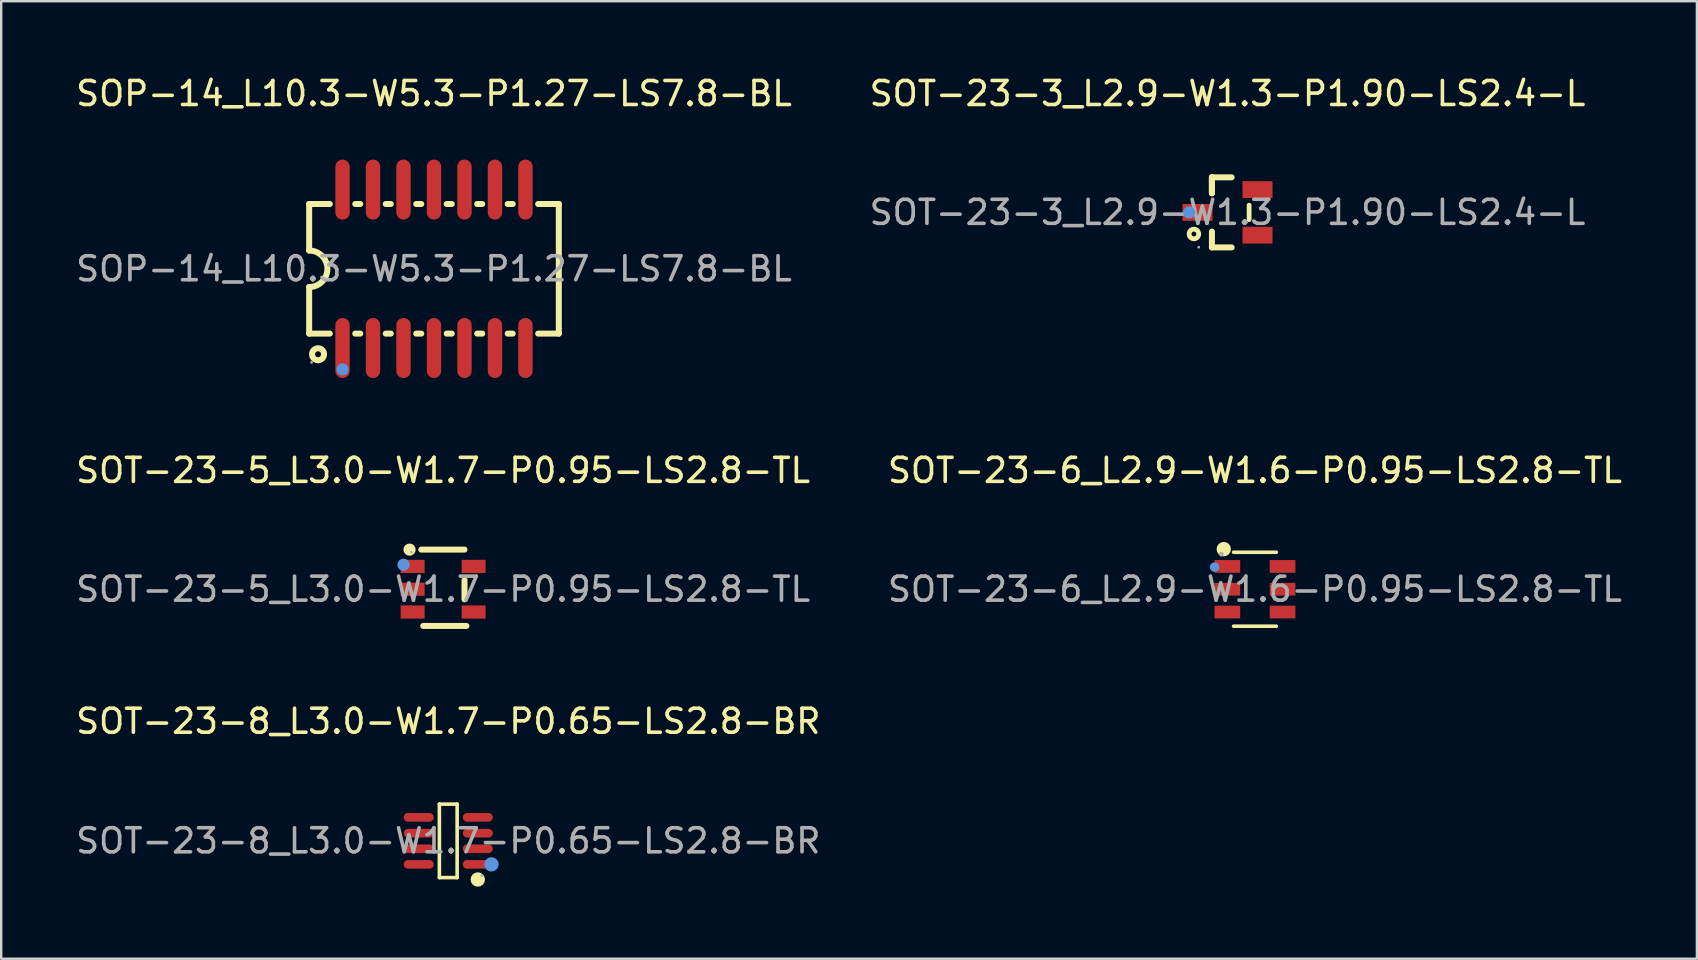
<source format=kicad_pcb>
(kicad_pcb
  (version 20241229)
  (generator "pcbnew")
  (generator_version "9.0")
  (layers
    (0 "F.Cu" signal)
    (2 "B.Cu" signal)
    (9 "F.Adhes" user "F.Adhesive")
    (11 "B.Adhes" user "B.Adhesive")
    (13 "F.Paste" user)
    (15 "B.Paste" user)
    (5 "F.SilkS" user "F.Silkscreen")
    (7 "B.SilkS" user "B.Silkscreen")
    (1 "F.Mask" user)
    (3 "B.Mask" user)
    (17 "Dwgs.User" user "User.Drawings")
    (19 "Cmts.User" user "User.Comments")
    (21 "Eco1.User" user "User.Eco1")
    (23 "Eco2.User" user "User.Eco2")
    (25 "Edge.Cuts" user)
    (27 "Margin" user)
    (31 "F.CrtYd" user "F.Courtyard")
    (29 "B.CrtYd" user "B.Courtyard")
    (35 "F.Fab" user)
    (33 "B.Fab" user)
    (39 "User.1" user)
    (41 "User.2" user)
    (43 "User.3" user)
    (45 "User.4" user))
  (footprint "SOT-23-6_L2.9-W1.6-P0.95-LS2.8-TL"
    (layer "F.Cu")
    (at 49.232 21.497)
    (property "Reference" "SOT-23-6_L2.9-W1.6-P0.95-LS2.8-TL" (at 0 -4.95 0) (layer "F.SilkS") (effects (font (size 1 1) (thickness 0.15))))
    (attr through_hole)
    (fp_line (start -0.89 -1.54) (end 0.89 -1.54) (stroke (width 0.15) (type solid)) (layer "F.SilkS"))
    (fp_line (start -0.89 1.54) (end 0.89 1.54) (stroke (width 0.15) (type solid)) (layer "F.SilkS"))
    (fp_circle (center -1.3 -1.67) (end -1.15 -1.67) (stroke (width 0.3) (type solid)) (fill no) (layer "F.SilkS"))
    (fp_circle (center -1.68 -0.92) (end -1.58 -0.92) (stroke (width 0.2) (type solid)) (fill no) (layer "Cmts.User"))
    (fp_circle (center -1.4 -1.46) (end -1.35 -1.46) (stroke (width 0.1) (type solid)) (fill no) (layer "F.Fab"))
    (fp_text user "${REFERENCE}" (at 0 0 0) (layer "F.Fab") (effects (font (size 1 1) (thickness 0.15))))
    (pad "1" smd rect (at -1.15 -0.95 270) (size 0.53 1.07) (layers "F.Cu" "F.Mask" "F.Paste"))
    (pad "2" smd rect (at -1.15 0 270) (size 0.53 1.07) (layers "F.Cu" "F.Mask" "F.Paste"))
    (pad "3" smd rect (at -1.15 0.95 270) (size 0.53 1.07) (layers "F.Cu" "F.Mask" "F.Paste"))
    (pad "4" smd rect (at 1.15 0.95 270) (size 0.53 1.07) (layers "F.Cu" "F.Mask" "F.Paste"))
    (pad "5" smd rect (at 1.15 0 270) (size 0.53 1.07) (layers "F.Cu" "F.Mask" "F.Paste"))
    (pad "6" smd rect (at 1.15 -0.95 270) (size 0.53 1.07) (layers "F.Cu" "F.Mask" "F.Paste")))
  (footprint "SOT-23-5_L3.0-W1.7-P0.95-LS2.8-TL"
    (layer "F.Cu")
    (at 15.411 21.497)
    (property "Reference" "SOT-23-5_L3.0-W1.7-P0.95-LS2.8-TL" (at 0 -4.95 0) (layer "F.SilkS") (effects (font (size 1 1) (thickness 0.15))))
    (attr through_hole)
    (fp_line (start 0.89 -1.65) (end -0.91 -1.65) (stroke (width 0.25) (type solid)) (layer "F.SilkS"))
    (fp_line (start 0.89 -0.38) (end 0.89 0.42) (stroke (width 0.25) (type solid)) (layer "F.SilkS"))
    (fp_line (start 0.97 1.53) (end -0.83 1.53) (stroke (width 0.25) (type solid)) (layer "F.SilkS"))
    (fp_circle (center -1.4 -1.65) (end -1.27 -1.65) (stroke (width 0.25) (type solid)) (fill no) (layer "F.SilkS"))
    (fp_circle (center -1.65 -1.02) (end -1.52 -1.02) (stroke (width 0.25) (type solid)) (fill no) (layer "Cmts.User"))
    (fp_circle (center -1.32 -1.54) (end -1.29 -1.54) (stroke (width 0.06) (type solid)) (fill no) (layer "F.Fab"))
    (fp_text user "${REFERENCE}" (at 0 0 0) (layer "F.Fab") (effects (font (size 1 1) (thickness 0.15))))
    (pad "1" smd rect (at -1.27 -0.95 270) (size 0.55 1) (layers "F.Cu" "F.Mask" "F.Paste"))
    (pad "2" smd rect (at -1.27 0 270) (size 0.55 1) (layers "F.Cu" "F.Mask" "F.Paste"))
    (pad "3" smd rect (at -1.27 0.95 270) (size 0.55 1) (layers "F.Cu" "F.Mask" "F.Paste"))
    (pad "4" smd rect (at 1.27 0.95 270) (size 0.55 1) (layers "F.Cu" "F.Mask" "F.Paste"))
    (pad "5" smd rect (at 1.27 -0.95 270) (size 0.55 1) (layers "F.Cu" "F.Mask" "F.Paste")))
  (footprint "SOT-23-3_L2.9-W1.3-P1.90-LS2.4-L"
    (layer "F.Cu")
    (at 48.089 5.798)
    (property "Reference" "SOT-23-3_L2.9-W1.3-P1.90-LS2.4-L" (at 0 -4.95 0) (layer "F.SilkS") (effects (font (size 1 1) (thickness 0.15))))
    (attr through_hole)
    (fp_line (start -0.65 -1.46) (end -0.65 -0.8) (stroke (width 0.25) (type solid)) (layer "F.SilkS"))
    (fp_line (start -0.65 -1.46) (end 0.17 -1.46) (stroke (width 0.25) (type solid)) (layer "F.SilkS"))
    (fp_line (start -0.65 -0.8) (end -0.65 -1.46) (stroke (width 0.25) (type solid)) (layer "F.SilkS"))
    (fp_line (start -0.65 -0.8) (end -0.65 -1.46) (stroke (width 0.25) (type solid)) (layer "F.SilkS"))
    (fp_line (start -0.65 1.46) (end -0.65 0.8) (stroke (width 0.25) (type solid)) (layer "F.SilkS"))
    (fp_line (start 0.17 1.46) (end -0.65 1.46) (stroke (width 0.25) (type solid)) (layer "F.SilkS"))
    (fp_line (start 0.9 0.3) (end 0.9 -0.3) (stroke (width 0.2) (type solid)) (layer "F.SilkS"))
    (fp_circle (center -1.4 0.9) (end -1.2 0.9) (stroke (width 0.2) (type solid)) (fill no) (layer "F.SilkS"))
    (fp_circle (center -1.6 0) (end -1.47 0) (stroke (width 0.25) (type solid)) (fill no) (layer "Cmts.User"))
    (fp_circle (center -1.2 1.45) (end -1.17 1.45) (stroke (width 0.06) (type solid)) (fill no) (layer "F.Fab"))
    (fp_text user "${REFERENCE}" (at 0 0 0) (layer "F.Fab") (effects (font (size 1 1) (thickness 0.15))))
    (pad "1" smd rect (at -1.25 0 270) (size 0.7 1.25) (layers "F.Cu" "F.Mask" "F.Paste"))
    (pad "2" smd rect (at 1.25 -0.95 270) (size 0.7 1.25) (layers "F.Cu" "F.Mask" "F.Paste"))
    (pad "3" smd rect (at 1.25 0.95 270) (size 0.7 1.25) (layers "F.Cu" "F.Mask" "F.Paste")))
  (footprint "SOP-14_L10.3-W5.3-P1.27-LS7.8-BL"
    (layer "F.Cu")
    (at 15.03 8.148)
    (property "Reference" "SOP-14_L10.3-W5.3-P1.27-LS7.8-BL" (at 0 -7.3 0) (layer "F.SilkS") (effects (font (size 1 1) (thickness 0.15))))
    (attr through_hole)
    (fp_line (start -5.2 -2.7) (end -5.2 -0.76) (stroke (width 0.25) (type solid)) (layer "F.SilkS"))
    (fp_line (start -5.2 -2.7) (end -4.34 -2.7) (stroke (width 0.25) (type solid)) (layer "F.SilkS"))
    (fp_line (start -5.2 2.7) (end -5.2 0.76) (stroke (width 0.25) (type solid)) (layer "F.SilkS"))
    (fp_line (start -4.34 2.7) (end -5.2 2.7) (stroke (width 0.25) (type solid)) (layer "F.SilkS"))
    (fp_line (start -3.28 -2.7) (end -3.07 -2.7) (stroke (width 0.25) (type solid)) (layer "F.SilkS"))
    (fp_line (start -3.07 2.7) (end -3.28 2.7) (stroke (width 0.25) (type solid)) (layer "F.SilkS"))
    (fp_line (start -2.01 -2.7) (end -1.8 -2.7) (stroke (width 0.25) (type solid)) (layer "F.SilkS"))
    (fp_line (start -1.8 2.7) (end -2.01 2.7) (stroke (width 0.25) (type solid)) (layer "F.SilkS"))
    (fp_line (start -0.74 -2.7) (end -0.53 -2.7) (stroke (width 0.25) (type solid)) (layer "F.SilkS"))
    (fp_line (start -0.53 2.7) (end -0.74 2.7) (stroke (width 0.25) (type solid)) (layer "F.SilkS"))
    (fp_line (start 0.53 -2.7) (end 0.74 -2.7) (stroke (width 0.25) (type solid)) (layer "F.SilkS"))
    (fp_line (start 0.74 2.7) (end 0.53 2.7) (stroke (width 0.25) (type solid)) (layer "F.SilkS"))
    (fp_line (start 1.8 -2.7) (end 2.01 -2.7) (stroke (width 0.25) (type solid)) (layer "F.SilkS"))
    (fp_line (start 2.01 2.7) (end 1.8 2.7) (stroke (width 0.25) (type solid)) (layer "F.SilkS"))
    (fp_line (start 3.07 -2.7) (end 3.28 -2.7) (stroke (width 0.25) (type solid)) (layer "F.SilkS"))
    (fp_line (start 3.28 2.7) (end 3.07 2.7) (stroke (width 0.25) (type solid)) (layer "F.SilkS"))
    (fp_line (start 4.34 -2.7) (end 5.2 -2.7) (stroke (width 0.25) (type solid)) (layer "F.SilkS"))
    (fp_line (start 5.2 2.7) (end 4.34 2.7) (stroke (width 0.25) (type solid)) (layer "F.SilkS"))
    (fp_line (start 5.2 2.7) (end 5.2 -2.7) (stroke (width 0.25) (type solid)) (layer "F.SilkS"))
    (fp_arc (start -5.2 -0.76) (mid -4.44 0) (end -5.2 0.76) (stroke (width 0.25) (type solid)) (layer "F.SilkS"))
    (fp_circle (center -4.83 3.56) (end -4.58 3.56) (stroke (width 0.25) (type solid)) (fill no) (layer "F.SilkS"))
    (fp_circle (center -3.81 4.19) (end -3.68 4.19) (stroke (width 0.25) (type solid)) (fill no) (layer "Cmts.User"))
    (fp_circle (center -5.1 3.9) (end -5.07 3.9) (stroke (width 0.06) (type solid)) (fill no) (layer "F.Fab"))
    (fp_text user "${REFERENCE}" (at 0 0 0) (layer "F.Fab") (effects (font (size 1 1) (thickness 0.15))))
    (pad "1" smd oval (at -3.81 3.3) (size 0.6 2.5) (layers "F.Cu" "F.Mask" "F.Paste"))
    (pad "2" smd oval (at -2.54 3.3) (size 0.6 2.5) (layers "F.Cu" "F.Mask" "F.Paste"))
    (pad "3" smd oval (at -1.27 3.3) (size 0.6 2.5) (layers "F.Cu" "F.Mask" "F.Paste"))
    (pad "4" smd oval (at 0 3.3) (size 0.6 2.5) (layers "F.Cu" "F.Mask" "F.Paste"))
    (pad "5" smd oval (at 1.27 3.3) (size 0.6 2.5) (layers "F.Cu" "F.Mask" "F.Paste"))
    (pad "6" smd oval (at 2.54 3.3) (size 0.6 2.5) (layers "F.Cu" "F.Mask" "F.Paste"))
    (pad "7" smd oval (at 3.81 3.3) (size 0.6 2.5) (layers "F.Cu" "F.Mask" "F.Paste"))
    (pad "8" smd oval (at 3.81 -3.3) (size 0.6 2.5) (layers "F.Cu" "F.Mask" "F.Paste"))
    (pad "9" smd oval (at 2.54 -3.3) (size 0.6 2.5) (layers "F.Cu" "F.Mask" "F.Paste"))
    (pad "10" smd oval (at 1.27 -3.3) (size 0.6 2.5) (layers "F.Cu" "F.Mask" "F.Paste"))
    (pad "11" smd oval (at 0 -3.3) (size 0.6 2.5) (layers "F.Cu" "F.Mask" "F.Paste"))
    (pad "12" smd oval (at -1.27 -3.3) (size 0.6 2.5) (layers "F.Cu" "F.Mask" "F.Paste"))
    (pad "13" smd oval (at -2.54 -3.3) (size 0.6 2.5) (layers "F.Cu" "F.Mask" "F.Paste"))
    (pad "14" smd oval (at -3.81 -3.3) (size 0.6 2.5) (layers "F.Cu" "F.Mask" "F.Paste")))
  (footprint "SOT-23-8_L3.0-W1.7-P0.65-LS2.8-BR"
    (layer "F.Cu")
    (at 15.625 31.98)
    (property "Reference" "SOT-23-8_L3.0-W1.7-P0.65-LS2.8-BR" (at 0 -4.98 0) (layer "F.SilkS") (effects (font (size 1 1) (thickness 0.15))))
    (attr through_hole)
    (fp_line (start -0.37 -1.53) (end 0.37 -1.53) (stroke (width 0.15) (type solid)) (layer "F.SilkS"))
    (fp_line (start -0.37 1.53) (end -0.37 -1.53) (stroke (width 0.15) (type solid)) (layer "F.SilkS"))
    (fp_line (start 0.37 -1.53) (end 0.37 1.53) (stroke (width 0.15) (type solid)) (layer "F.SilkS"))
    (fp_line (start 0.37 1.53) (end -0.37 1.53) (stroke (width 0.15) (type solid)) (layer "F.SilkS"))
    (fp_circle (center 1.23 1.61) (end 1.38 1.61) (stroke (width 0.3) (type solid)) (fill no) (layer "F.SilkS"))
    (fp_circle (center 1.8 0.98) (end 1.95 0.98) (stroke (width 0.3) (type solid)) (fill no) (layer "Cmts.User"))
    (fp_circle (center 1.4 1.45) (end 1.43 1.45) (stroke (width 0.06) (type solid)) (fill no) (layer "F.Fab"))
    (fp_text user "${REFERENCE}" (at 0 0 0) (layer "F.Fab") (effects (font (size 1 1) (thickness 0.15))))
    (pad "1" smd oval (at 1.23 0.98) (size 1.25 0.36) (layers "F.Cu" "F.Mask" "F.Paste"))
    (pad "2" smd oval (at 1.23 0.33) (size 1.25 0.36) (layers "F.Cu" "F.Mask" "F.Paste"))
    (pad "3" smd oval (at 1.23 -0.32) (size 1.25 0.36) (layers "F.Cu" "F.Mask" "F.Paste"))
    (pad "4" smd oval (at 1.23 -0.98) (size 1.25 0.36) (layers "F.Cu" "F.Mask" "F.Paste"))
    (pad "5" smd oval (at -1.23 -0.98) (size 1.25 0.36) (layers "F.Cu" "F.Mask" "F.Paste"))
    (pad "6" smd oval (at -1.23 -0.32) (size 1.25 0.36) (layers "F.Cu" "F.Mask" "F.Paste"))
    (pad "7" smd oval (at -1.23 0.33) (size 1.25 0.36) (layers "F.Cu" "F.Mask" "F.Paste"))
    (pad "8" smd oval (at -1.23 0.98) (size 1.25 0.36) (layers "F.Cu" "F.Mask" "F.Paste")))
  (gr_rect
    (start -3 -3)
    (end 67.643 36.89)
    (stroke (width 0.1) (type default))
    (fill no)
    (layer "Edge.Cuts")))
</source>
